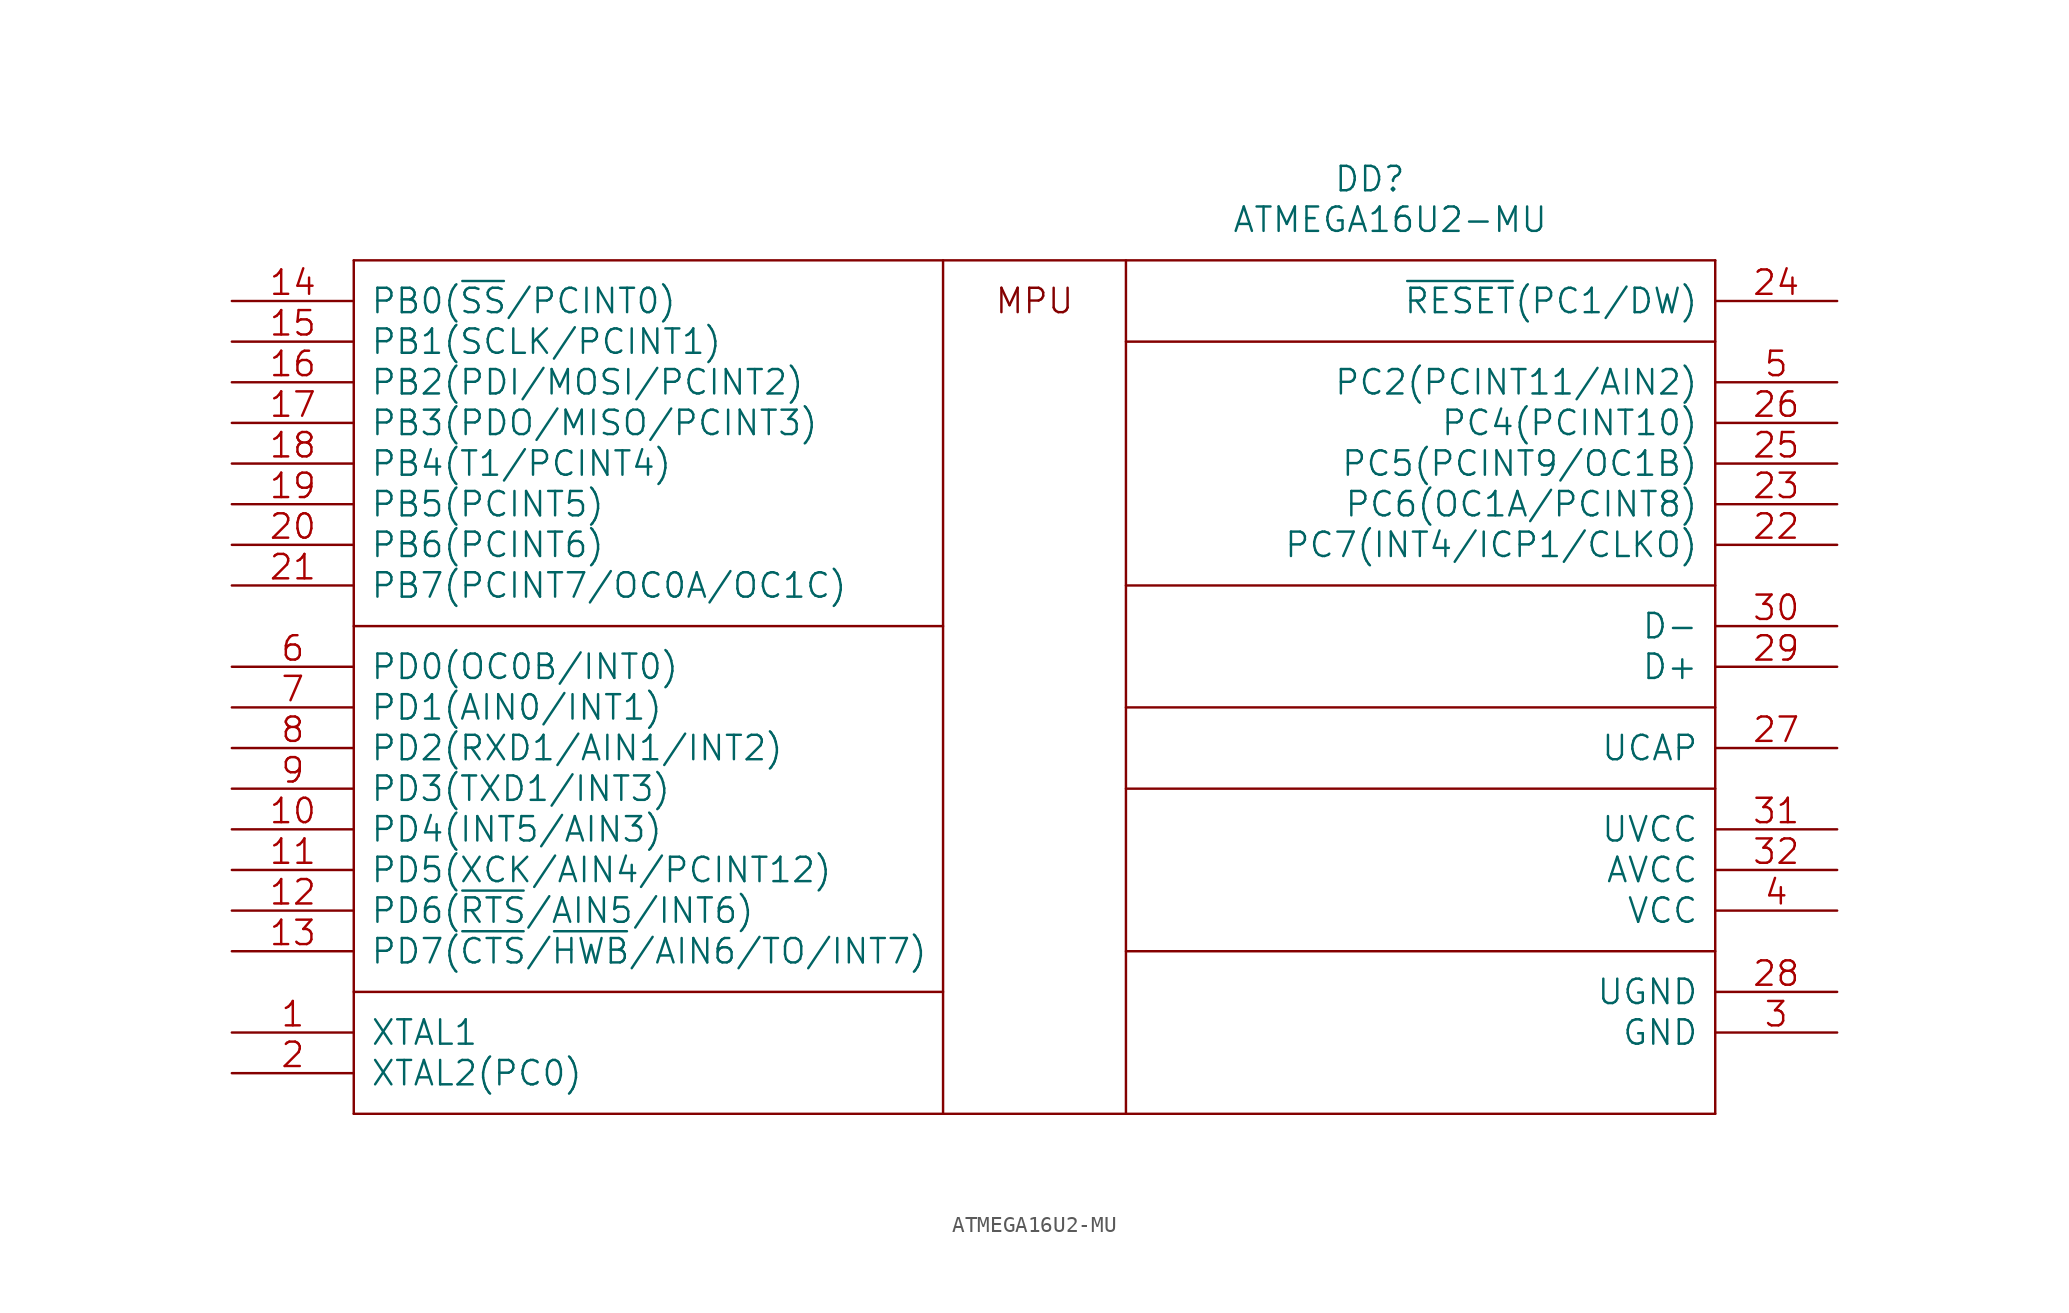
<source format=kicad_sym>
(kicad_symbol_lib
  (version 20211014)
  (generator kicad_symbol_editor)
  (symbol "ATMEGA16U2-MU"
    (pin_names
      (offset 1.016))
    (property "Reference" "DD"
      (at 63.5 5.08 0)
      (effects (font (size 1.524 1.524))))
    (property "Value" "ATMEGA16U2-MU"
      (at 64.77 2.54 0)
      (effects (font (size 1.524 1.524))))
    (property "Footprint" ""
      (at 0 0 0)
      (effects (font (size 1.524 1.524))))
    (property "Datasheet" ""
      (at 0 0 0)
      (effects (font (size 1.524 1.524))))
    (symbol "ATMEGA16U2-MU_0_0"
      (text "MPU" (at 42.545 -2.54 0) (effects (font (size 1.524 1.524))))
      (pin input line (at -7.62 -48.26 0) (length 7.62) (name "XTAL1" (effects (font (size 1.524 1.524)))) (number "1" (effects (font (size 1.524 1.524)))))
      (pin input line (at -7.62 -35.56 0) (length 7.62) (name "PD4(INT5/AIN3)" (effects (font (size 1.524 1.524)))) (number "10" (effects (font (size 1.524 1.524)))))
      (pin input line (at -7.62 -38.1 0) (length 7.62) (name "PD5(XCK/AIN4/PCINT12)" (effects (font (size 1.524 1.524)))) (number "11" (effects (font (size 1.524 1.524)))))
      (pin input line (at -7.62 -40.64 0) (length 7.62) (name "PD6(~{RTS}/AIN5/INT6)" (effects (font (size 1.524 1.524)))) (number "12" (effects (font (size 1.524 1.524)))))
      (pin input line (at -7.62 -43.18 0) (length 7.62) (name "PD7(~{CTS}/~{HWB}/AIN6/TO/INT7)" (effects (font (size 1.524 1.524)))) (number "13" (effects (font (size 1.524 1.524)))))
      (pin input line (at -7.62 -2.54 0) (length 7.62) (name "PB0(~{SS}/PCINT0)" (effects (font (size 1.524 1.524)))) (number "14" (effects (font (size 1.524 1.524)))))
      (pin input line (at -7.62 -5.08 0) (length 7.62) (name "PB1(SCLK/PCINT1)" (effects (font (size 1.524 1.524)))) (number "15" (effects (font (size 1.524 1.524)))))
      (pin input line (at -7.62 -7.62 0) (length 7.62) (name "PB2(PDI/MOSI/PCINT2)" (effects (font (size 1.524 1.524)))) (number "16" (effects (font (size 1.524 1.524)))))
      (pin input line (at -7.62 -10.16 0) (length 7.62) (name "PB3(PDO/MISO/PCINT3)" (effects (font (size 1.524 1.524)))) (number "17" (effects (font (size 1.524 1.524)))))
      (pin input line (at -7.62 -12.7 0) (length 7.62) (name "PB4(T1/PCINT4)" (effects (font (size 1.524 1.524)))) (number "18" (effects (font (size 1.524 1.524)))))
      (pin input line (at -7.62 -15.24 0) (length 7.62) (name "PB5(PCINT5)" (effects (font (size 1.524 1.524)))) (number "19" (effects (font (size 1.524 1.524)))))
      (pin input line (at -7.62 -50.8 0) (length 7.62) (name "XTAL2(PC0)" (effects (font (size 1.524 1.524)))) (number "2" (effects (font (size 1.524 1.524)))))
      (pin input line (at -7.62 -17.78 0) (length 7.62) (name "PB6(PCINT6)" (effects (font (size 1.524 1.524)))) (number "20" (effects (font (size 1.524 1.524)))))
      (pin input line (at -7.62 -20.32 0) (length 7.62) (name "PB7(PCINT7/OC0A/OC1C)" (effects (font (size 1.524 1.524)))) (number "21" (effects (font (size 1.524 1.524)))))
      (pin input line (at 92.71 -17.78 180) (length 7.62) (name "PC7(INT4/ICP1/CLKO)" (effects (font (size 1.524 1.524)))) (number "22" (effects (font (size 1.524 1.524)))))
      (pin input line (at 92.71 -15.24 180) (length 7.62) (name "PC6(OC1A/PCINT8)" (effects (font (size 1.524 1.524)))) (number "23" (effects (font (size 1.524 1.524)))))
      (pin input line (at 92.71 -2.54 180) (length 7.62) (name "~{RESET}(PC1/DW)" (effects (font (size 1.524 1.524)))) (number "24" (effects (font (size 1.524 1.524)))))
      (pin input line (at 92.71 -12.7 180) (length 7.62) (name "PC5(PCINT9/OC1B)" (effects (font (size 1.524 1.524)))) (number "25" (effects (font (size 1.524 1.524)))))
      (pin input line (at 92.71 -10.16 180) (length 7.62) (name "PC4(PCINT10)" (effects (font (size 1.524 1.524)))) (number "26" (effects (font (size 1.524 1.524)))))
      (pin input line (at 92.71 -30.48 180) (length 7.62) (name "UCAP" (effects (font (size 1.524 1.524)))) (number "27" (effects (font (size 1.524 1.524)))))
      (pin input line (at 92.71 -45.72 180) (length 7.62) (name "UGND" (effects (font (size 1.524 1.524)))) (number "28" (effects (font (size 1.524 1.524)))))
      (pin input line (at 92.71 -25.4 180) (length 7.62) (name "D+" (effects (font (size 1.524 1.524)))) (number "29" (effects (font (size 1.524 1.524)))))
      (pin input line (at 92.71 -48.26 180) (length 7.62) (name "GND" (effects (font (size 1.524 1.524)))) (number "3" (effects (font (size 1.524 1.524)))))
      (pin input line (at 92.71 -22.86 180) (length 7.62) (name "D-" (effects (font (size 1.524 1.524)))) (number "30" (effects (font (size 1.524 1.524)))))
      (pin input line (at 92.71 -35.56 180) (length 7.62) (name "UVCC" (effects (font (size 1.524 1.524)))) (number "31" (effects (font (size 1.524 1.524)))))
      (pin input line (at 92.71 -38.1 180) (length 7.62) (name "AVCC" (effects (font (size 1.524 1.524)))) (number "32" (effects (font (size 1.524 1.524)))))
      (pin input line (at 92.71 -40.64 180) (length 7.62) (name "VCC" (effects (font (size 1.524 1.524)))) (number "4" (effects (font (size 1.524 1.524)))))
      (pin input line (at 92.71 -7.62 180) (length 7.62) (name "PC2(PCINT11/AIN2)" (effects (font (size 1.524 1.524)))) (number "5" (effects (font (size 1.524 1.524)))))
      (pin input line (at -7.62 -25.4 0) (length 7.62) (name "PD0(OC0B/INT0)" (effects (font (size 1.524 1.524)))) (number "6" (effects (font (size 1.524 1.524)))))
      (pin input line (at -7.62 -27.94 0) (length 7.62) (name "PD1(AIN0/INT1)" (effects (font (size 1.524 1.524)))) (number "7" (effects (font (size 1.524 1.524)))))
      (pin input line (at -7.62 -30.48 0) (length 7.62) (name "PD2(RXD1/AIN1/INT2)" (effects (font (size 1.524 1.524)))) (number "8" (effects (font (size 1.524 1.524)))))
      (pin input line (at -7.62 -33.02 0) (length 7.62) (name "PD3(TXD1/INT3)" (effects (font (size 1.524 1.524)))) (number "9" (effects (font (size 1.524 1.524))))))
    (symbol "ATMEGA16U2-MU_0_1"
      (polyline (pts (xy 0 -53.34) (xy 0 0)) (stroke (width 0) (type default) (color 0 0 0 0)) (fill (type none)))
      (polyline (pts (xy 0 -53.34) (xy 85.09 -53.34)) (stroke (width 0) (type default) (color 0 0 0 0)) (fill (type none)))
      (polyline (pts (xy 0 -45.72) (xy 36.83 -45.72)) (stroke (width 0) (type default) (color 0 0 0 0)) (fill (type none)))
      (polyline (pts (xy 0 -22.86) (xy 36.83 -22.86)) (stroke (width 0) (type default) (color 0 0 0 0)) (fill (type none)))
      (polyline (pts (xy 36.83 -53.34) (xy 36.83 0)) (stroke (width 0) (type default) (color 0 0 0 0)) (fill (type none)))
      (polyline (pts (xy 48.26 -43.18) (xy 85.09 -43.18)) (stroke (width 0) (type default) (color 0 0 0 0)) (fill (type none)))
      (polyline (pts (xy 48.26 -33.02) (xy 85.09 -33.02)) (stroke (width 0) (type default) (color 0 0 0 0)) (fill (type none)))
      (polyline (pts (xy 48.26 -27.94) (xy 85.09 -27.94)) (stroke (width 0) (type default) (color 0 0 0 0)) (fill (type none)))
      (polyline (pts (xy 48.26 -20.32) (xy 85.09 -20.32)) (stroke (width 0) (type default) (color 0 0 0 0)) (fill (type none)))
      (polyline (pts (xy 48.26 -5.08) (xy 85.09 -5.08)) (stroke (width 0) (type default) (color 0 0 0 0)) (fill (type none)))
      (polyline (pts (xy 48.26 0) (xy 48.26 -53.34)) (stroke (width 0) (type default) (color 0 0 0 0)) (fill (type none)))
      (polyline (pts (xy 85.09 -53.34) (xy 85.09 0)) (stroke (width 0) (type default) (color 0 0 0 0)) (fill (type none)))
      (polyline (pts (xy 85.09 0) (xy 0 0)) (stroke (width 0) (type default) (color 0 0 0 0)) (fill (type none))))))
</source>
